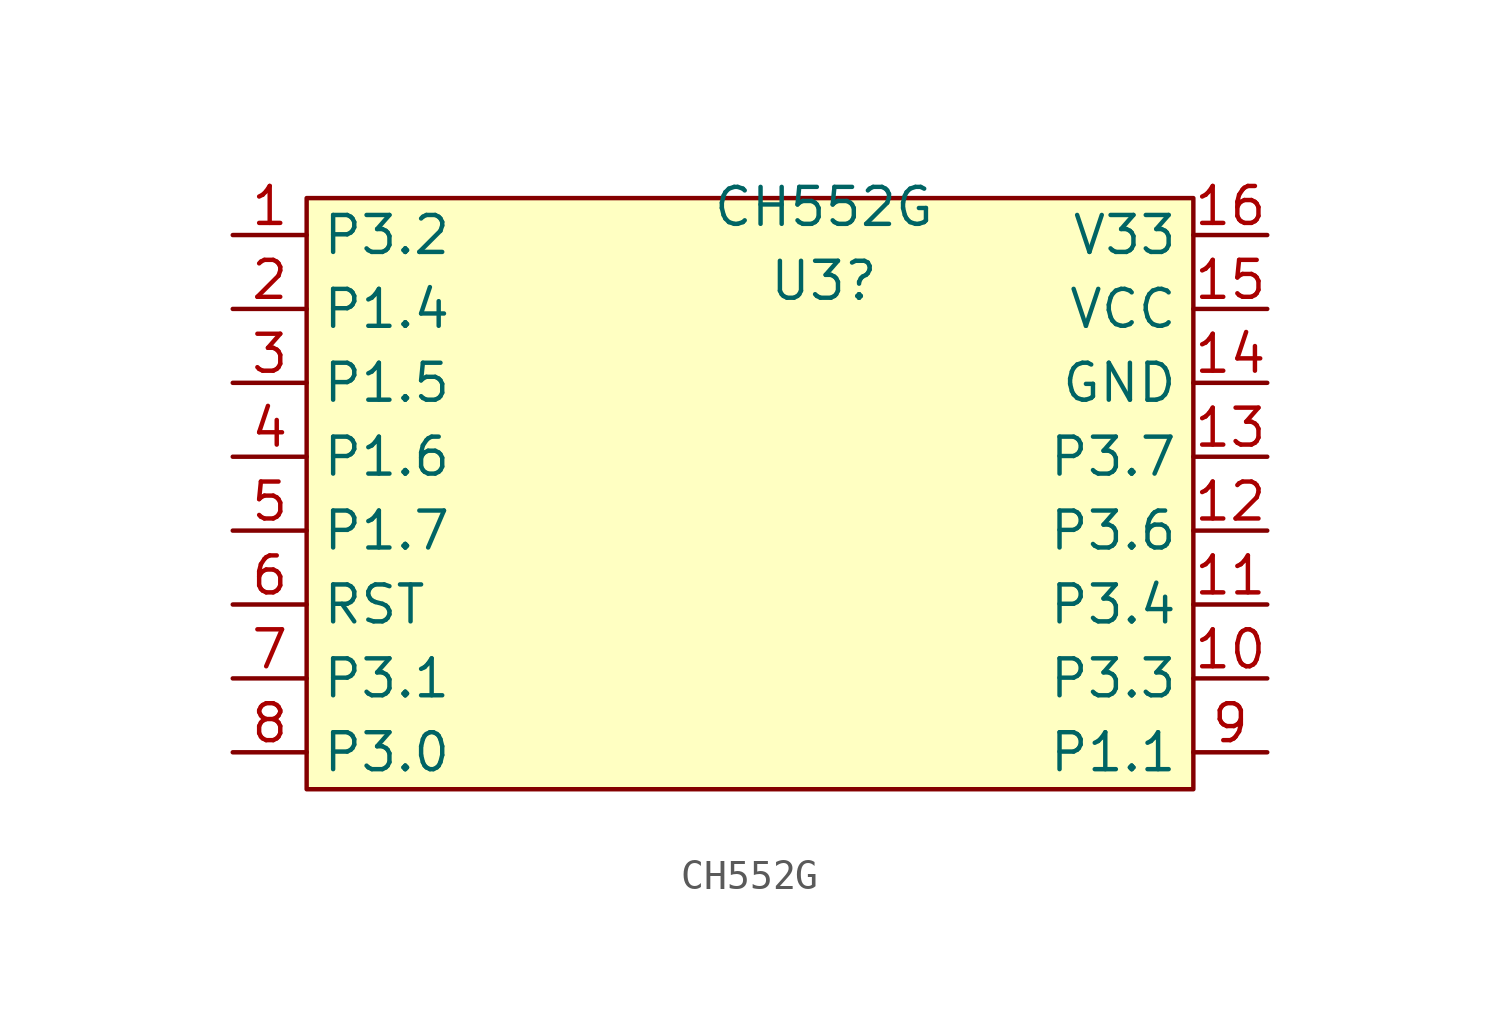
<source format=kicad_sym>
(kicad_symbol_lib
  (version 20211014)
  (generator kicad_symbol_editor)
  (symbol "CH552G"
    (property "Reference" "U3"
      (at 1.27 -4.115 0)
      (effects (font (size 1.27 1.27))))
    (property "Value" "CH552G"
      (at 1.27 -1.575 0)
      (effects (font (size 1.27 1.27))))
    (symbol "CH552G_0_1"
      (rectangle (start -16.51 -1.27) (end 13.97 -21.59) (stroke (width 0) (type default) (color 0 0 0 0)) (fill (type background))))
    (symbol "CH552G_1_1"
      (pin bidirectional line (at -19.05 -2.54 0) (length 2.54) (name "P3.2" (effects (font (size 1.27 1.27)))) (number "1" (effects (font (size 1.27 1.27)))))
      (pin bidirectional line (at 16.51 -17.78 180) (length 2.54) (name "P3.3" (effects (font (size 1.27 1.27)))) (number "10" (effects (font (size 1.27 1.27)))))
      (pin bidirectional line (at 16.51 -15.24 180) (length 2.54) (name "P3.4" (effects (font (size 1.27 1.27)))) (number "11" (effects (font (size 1.27 1.27)))))
      (pin bidirectional line (at 16.51 -12.7 180) (length 2.54) (name "P3.6" (effects (font (size 1.27 1.27)))) (number "12" (effects (font (size 1.27 1.27)))))
      (pin bidirectional line (at 16.51 -10.16 180) (length 2.54) (name "P3.7" (effects (font (size 1.27 1.27)))) (number "13" (effects (font (size 1.27 1.27)))))
      (pin power_in line (at 16.51 -7.62 180) (length 2.54) (name "GND" (effects (font (size 1.27 1.27)))) (number "14" (effects (font (size 1.27 1.27)))))
      (pin power_in line (at 16.51 -5.08 180) (length 2.54) (name "VCC" (effects (font (size 1.27 1.27)))) (number "15" (effects (font (size 1.27 1.27)))))
      (pin passive line (at 16.51 -2.54 180) (length 2.54) (name "V33" (effects (font (size 1.27 1.27)))) (number "16" (effects (font (size 1.27 1.27)))))
      (pin bidirectional line (at -19.05 -5.08 0) (length 2.54) (name "P1.4" (effects (font (size 1.27 1.27)))) (number "2" (effects (font (size 1.27 1.27)))))
      (pin bidirectional line (at -19.05 -7.62 0) (length 2.54) (name "P1.5" (effects (font (size 1.27 1.27)))) (number "3" (effects (font (size 1.27 1.27)))))
      (pin bidirectional line (at -19.05 -10.16 0) (length 2.54) (name "P1.6" (effects (font (size 1.27 1.27)))) (number "4" (effects (font (size 1.27 1.27)))))
      (pin bidirectional line (at -19.05 -12.7 0) (length 2.54) (name "P1.7" (effects (font (size 1.27 1.27)))) (number "5" (effects (font (size 1.27 1.27)))))
      (pin output line (at -19.05 -15.24 0) (length 2.54) (name "RST" (effects (font (size 1.27 1.27)))) (number "6" (effects (font (size 1.27 1.27)))))
      (pin bidirectional line (at -19.05 -17.78 0) (length 2.54) (name "P3.1" (effects (font (size 1.27 1.27)))) (number "7" (effects (font (size 1.27 1.27)))))
      (pin bidirectional line (at -19.05 -20.32 0) (length 2.54) (name "P3.0" (effects (font (size 1.27 1.27)))) (number "8" (effects (font (size 1.27 1.27)))))
      (pin bidirectional line (at 16.51 -20.32 180) (length 2.54) (name "P1.1" (effects (font (size 1.27 1.27)))) (number "9" (effects (font (size 1.27 1.27))))))))
</source>
